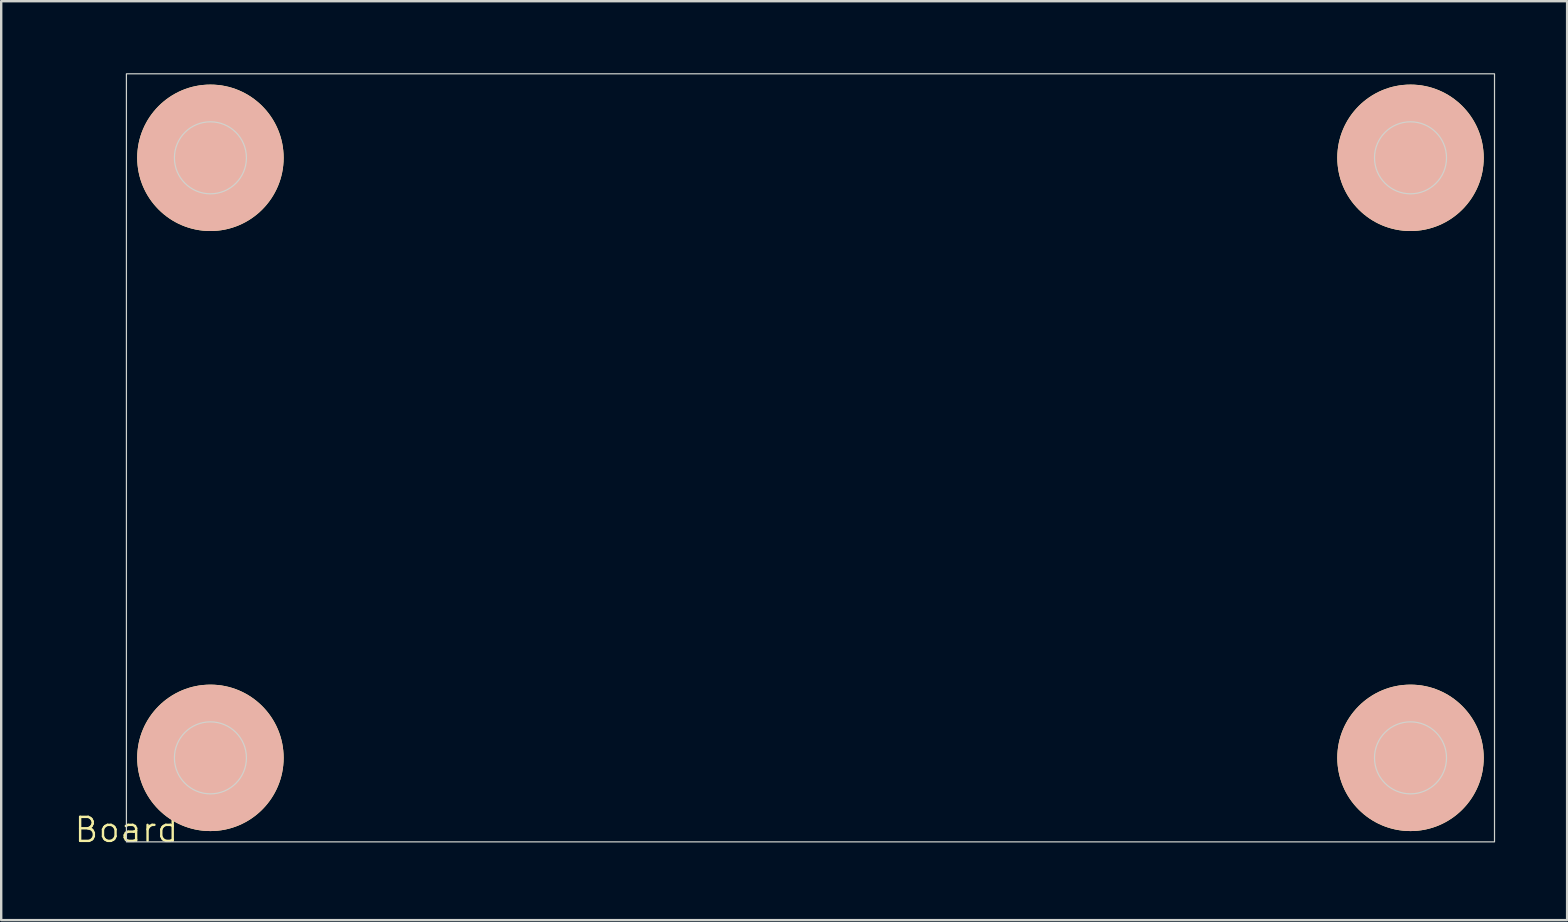
<source format=kicad_pcb>
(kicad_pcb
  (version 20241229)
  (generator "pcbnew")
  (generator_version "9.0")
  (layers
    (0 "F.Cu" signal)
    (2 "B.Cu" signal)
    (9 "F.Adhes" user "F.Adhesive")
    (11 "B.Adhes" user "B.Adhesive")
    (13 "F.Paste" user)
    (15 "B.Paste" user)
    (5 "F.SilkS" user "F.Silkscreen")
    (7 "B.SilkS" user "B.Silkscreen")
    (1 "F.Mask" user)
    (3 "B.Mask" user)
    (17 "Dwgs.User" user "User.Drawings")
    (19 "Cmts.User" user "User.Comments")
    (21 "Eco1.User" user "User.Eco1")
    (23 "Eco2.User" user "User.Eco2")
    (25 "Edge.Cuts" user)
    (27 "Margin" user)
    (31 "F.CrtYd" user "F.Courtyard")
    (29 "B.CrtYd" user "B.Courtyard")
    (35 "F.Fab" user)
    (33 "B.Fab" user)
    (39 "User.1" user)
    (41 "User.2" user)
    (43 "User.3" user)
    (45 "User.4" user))
  (footprint "Board"
    (layer "F.Cu")
    (at 2.217 32.025)
    (property "Reference" "Board" (at 0 -0.5 0) (unlocked yes) (layer "F.SilkS") (effects (font (size 1 1) (thickness 0.1))))
    (fp_circle (center 3.5 -28.5) (end 6.5 -28.5) (stroke (width 0.1) (type solid)) (fill yes) (layer "F.SilkS"))
    (fp_circle (center 3.5 -3.5) (end 6.5 -3.5) (stroke (width 0.1) (type solid)) (fill yes) (layer "F.SilkS"))
    (fp_circle (center 53.5 -28.5) (end 56.5 -28.5) (stroke (width 0.1) (type solid)) (fill yes) (layer "F.SilkS"))
    (fp_circle (center 53.5 -3.5) (end 56.5 -3.5) (stroke (width 0.1) (type solid)) (fill yes) (layer "F.SilkS"))
    (fp_circle (center 3.5 -28.5) (end 6.5 -28.5) (stroke (width 0.1) (type solid)) (fill yes) (layer "B.SilkS"))
    (fp_circle (center 3.5 -3.5) (end 6.5 -3.5) (stroke (width 0.1) (type solid)) (fill yes) (layer "B.SilkS"))
    (fp_circle (center 53.5 -28.5) (end 56.5 -28.5) (stroke (width 0.1) (type solid)) (fill yes) (layer "B.SilkS"))
    (fp_circle (center 53.5 -3.5) (end 56.5 -3.5) (stroke (width 0.1) (type solid)) (fill yes) (layer "B.SilkS"))
    (fp_rect (start 0 -32) (end 57 0) (stroke (width 0.05) (type default)) (fill no) (layer "Edge.Cuts"))
    (fp_circle (center 3.5 -28.5) (end 5 -28.5) (stroke (width 0.05) (type default)) (fill no) (layer "Edge.Cuts"))
    (fp_circle (center 3.5 -3.5) (end 5 -3.5) (stroke (width 0.05) (type default)) (fill no) (layer "Edge.Cuts"))
    (fp_circle (center 53.5 -28.5) (end 55 -28.5) (stroke (width 0.05) (type default)) (fill no) (layer "Edge.Cuts"))
    (fp_circle (center 53.5 -3.5) (end 55 -3.5) (stroke (width 0.05) (type default)) (fill no) (layer "Edge.Cuts")))
  (gr_rect
    (start -3 -3)
    (end 62.242 35.285)
    (stroke (width 0.1) (type default))
    (fill no)
    (layer "Edge.Cuts")))
</source>
